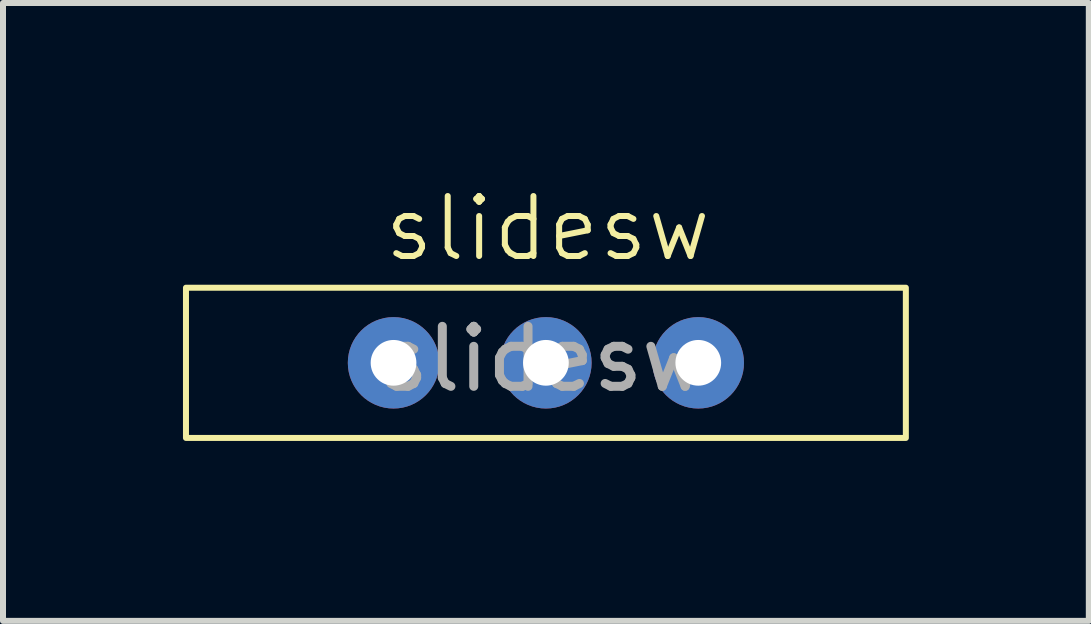
<source format=kicad_pcb>
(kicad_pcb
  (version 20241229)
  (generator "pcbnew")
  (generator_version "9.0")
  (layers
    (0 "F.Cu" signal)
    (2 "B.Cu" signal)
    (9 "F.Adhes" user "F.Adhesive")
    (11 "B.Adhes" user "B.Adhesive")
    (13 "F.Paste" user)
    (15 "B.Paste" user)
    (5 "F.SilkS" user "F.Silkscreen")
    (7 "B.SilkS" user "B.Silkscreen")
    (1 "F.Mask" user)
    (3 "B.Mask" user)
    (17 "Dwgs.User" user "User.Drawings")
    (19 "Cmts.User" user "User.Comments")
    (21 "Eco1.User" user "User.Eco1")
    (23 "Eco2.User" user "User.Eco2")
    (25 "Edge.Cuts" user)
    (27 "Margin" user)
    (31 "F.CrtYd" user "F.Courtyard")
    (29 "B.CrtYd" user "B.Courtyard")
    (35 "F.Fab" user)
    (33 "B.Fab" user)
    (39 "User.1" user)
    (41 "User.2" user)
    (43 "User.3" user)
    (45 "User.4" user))
  (footprint "slidesw"
    (layer "F.Cu")
    (at 6.05 2.998)
    (property "Reference" "slidesw" (at 0.03 -2.238 0) (unlocked yes) (layer "F.SilkS") (effects (font (size 1 1) (thickness 0.1))))
    (attr through_hole)
    (fp_rect (start -6 -1.252) (end 6 1.252) (stroke (width 0.1) (type default)) (fill no) (layer "F.SilkS"))
    (fp_text user "${REFERENCE}" (at -0.06 -0.063 0) (unlocked yes) (layer "F.Fab") (effects (font (size 1 1) (thickness 0.15))))
    (pad "1" thru_hole circle (at -2.54 0) (size 1.524 1.524) (drill 0.762) (layers "*.Cu" "*.Mask"))
    (pad "2" thru_hole circle (at 0 0) (size 1.524 1.524) (drill 0.762) (layers "*.Cu" "*.Mask"))
    (pad "3" thru_hole circle (at 2.54 0) (size 1.524 1.524) (drill 0.762) (layers "*.Cu" "*.Mask")))
  (gr_rect
    (start -3 -3)
    (end 15.1 7.3)
    (stroke (width 0.1) (type default))
    (fill no)
    (layer "Edge.Cuts")))
</source>
